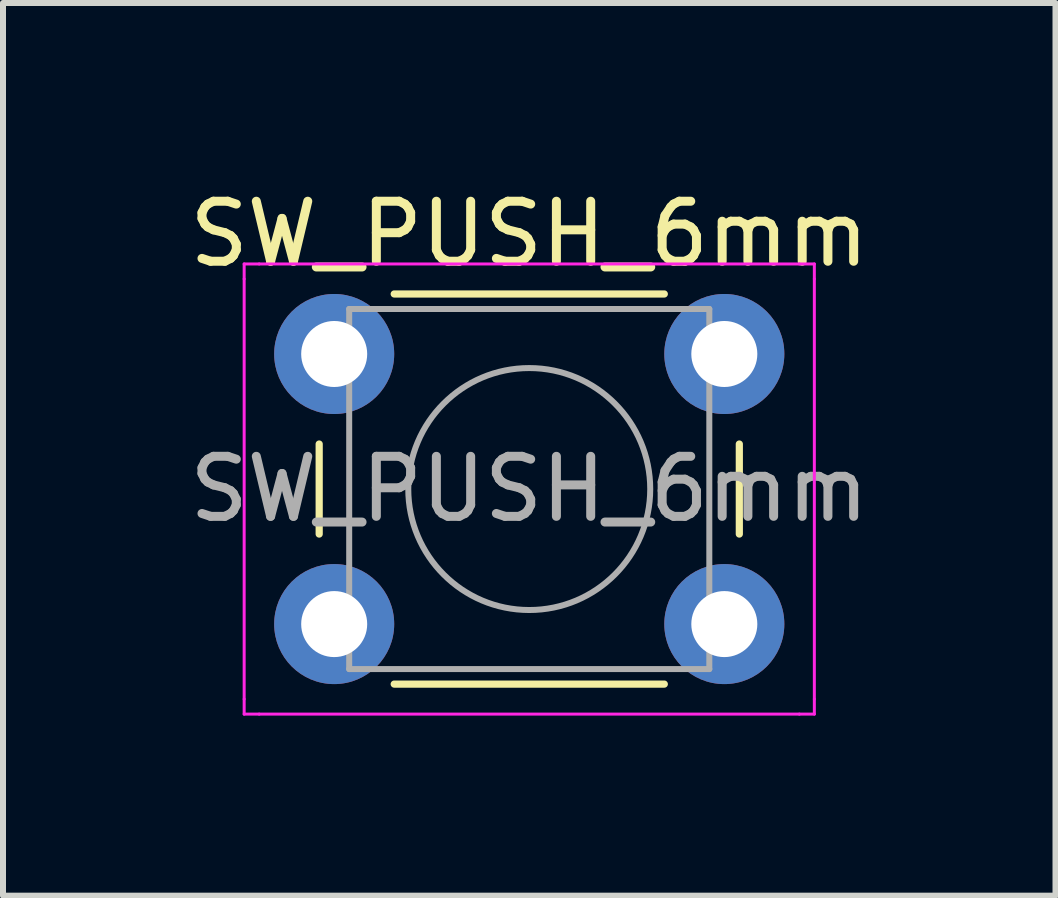
<source format=kicad_pcb>
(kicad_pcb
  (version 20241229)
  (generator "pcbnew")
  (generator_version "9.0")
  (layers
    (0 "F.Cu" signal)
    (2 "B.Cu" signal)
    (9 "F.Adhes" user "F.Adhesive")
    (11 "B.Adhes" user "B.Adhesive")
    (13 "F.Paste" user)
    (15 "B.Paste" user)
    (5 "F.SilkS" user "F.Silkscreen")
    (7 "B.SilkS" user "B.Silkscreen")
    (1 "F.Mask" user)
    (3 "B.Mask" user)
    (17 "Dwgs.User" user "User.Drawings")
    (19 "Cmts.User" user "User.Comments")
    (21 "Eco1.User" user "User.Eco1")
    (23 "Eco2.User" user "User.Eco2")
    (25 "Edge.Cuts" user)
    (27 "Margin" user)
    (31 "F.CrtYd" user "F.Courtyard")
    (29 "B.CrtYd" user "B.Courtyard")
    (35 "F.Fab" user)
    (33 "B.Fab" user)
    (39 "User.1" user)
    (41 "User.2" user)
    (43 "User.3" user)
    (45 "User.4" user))
  (footprint "SW_PUSH_6mm"
    (layer "F.Cu")
    (at 2.518 2.848)
    (property "Reference" "SW_PUSH_6mm" (at 3.25 -2 180) (layer "F.SilkS") (effects (font (size 1 1) (thickness 0.15))))
    (attr through_hole)
    (fp_line (start -0.25 1.5) (end -0.25 3) (stroke (width 0.12) (type solid)) (layer "F.SilkS"))
    (fp_line (start 1 5.5) (end 5.5 5.5) (stroke (width 0.12) (type solid)) (layer "F.SilkS"))
    (fp_line (start 5.5 -1) (end 1 -1) (stroke (width 0.12) (type solid)) (layer "F.SilkS"))
    (fp_line (start 6.75 3) (end 6.75 1.5) (stroke (width 0.12) (type solid)) (layer "F.SilkS"))
    (fp_line (start -1.5 -1.5) (end -1.25 -1.5) (stroke (width 0.05) (type solid)) (layer "F.CrtYd"))
    (fp_line (start -1.5 -1.25) (end -1.5 -1.5) (stroke (width 0.05) (type solid)) (layer "F.CrtYd"))
    (fp_line (start -1.5 5.75) (end -1.5 -1.25) (stroke (width 0.05) (type solid)) (layer "F.CrtYd"))
    (fp_line (start -1.5 5.75) (end -1.5 6) (stroke (width 0.05) (type solid)) (layer "F.CrtYd"))
    (fp_line (start -1.5 6) (end -1.25 6) (stroke (width 0.05) (type solid)) (layer "F.CrtYd"))
    (fp_line (start -1.25 -1.5) (end 7.75 -1.5) (stroke (width 0.05) (type solid)) (layer "F.CrtYd"))
    (fp_line (start 7.75 -1.5) (end 8 -1.5) (stroke (width 0.05) (type solid)) (layer "F.CrtYd"))
    (fp_line (start 7.75 6) (end -1.25 6) (stroke (width 0.05) (type solid)) (layer "F.CrtYd"))
    (fp_line (start 7.75 6) (end 8 6) (stroke (width 0.05) (type solid)) (layer "F.CrtYd"))
    (fp_line (start 8 -1.5) (end 8 -1.25) (stroke (width 0.05) (type solid)) (layer "F.CrtYd"))
    (fp_line (start 8 -1.25) (end 8 5.75) (stroke (width 0.05) (type solid)) (layer "F.CrtYd"))
    (fp_line (start 8 6) (end 8 5.75) (stroke (width 0.05) (type solid)) (layer "F.CrtYd"))
    (fp_line (start 0.25 -0.75) (end 3.25 -0.75) (stroke (width 0.1) (type solid)) (layer "F.Fab"))
    (fp_line (start 0.25 5.25) (end 0.25 -0.75) (stroke (width 0.1) (type solid)) (layer "F.Fab"))
    (fp_line (start 3.25 -0.75) (end 6.25 -0.75) (stroke (width 0.1) (type solid)) (layer "F.Fab"))
    (fp_line (start 6.25 -0.75) (end 6.25 5.25) (stroke (width 0.1) (type solid)) (layer "F.Fab"))
    (fp_line (start 6.25 5.25) (end 0.25 5.25) (stroke (width 0.1) (type solid)) (layer "F.Fab"))
    (fp_circle (center 3.25 2.25) (end 1.25 2.5) (stroke (width 0.1) (type solid)) (fill no) (layer "F.Fab"))
    (fp_text user "${REFERENCE}" (at 3.25 2.25 180) (layer "F.Fab") (effects (font (size 1 1) (thickness 0.15))))
    (pad "1" thru_hole circle (at 0 0 90) (size 2 2) (drill 1.1) (layers "*.Cu" "*.Mask"))
    (pad "1" thru_hole circle (at 6.5 0 90) (size 2 2) (drill 1.1) (layers "*.Cu" "*.Mask"))
    (pad "2" thru_hole circle (at 0 4.5 90) (size 2 2) (drill 1.1) (layers "*.Cu" "*.Mask"))
    (pad "2" thru_hole circle (at 6.5 4.5 90) (size 2 2) (drill 1.1) (layers "*.Cu" "*.Mask")))
  (gr_rect
    (start -3 -3)
    (end 14.536 11.873)
    (stroke (width 0.1) (type default))
    (fill no)
    (layer "Edge.Cuts")))
</source>
